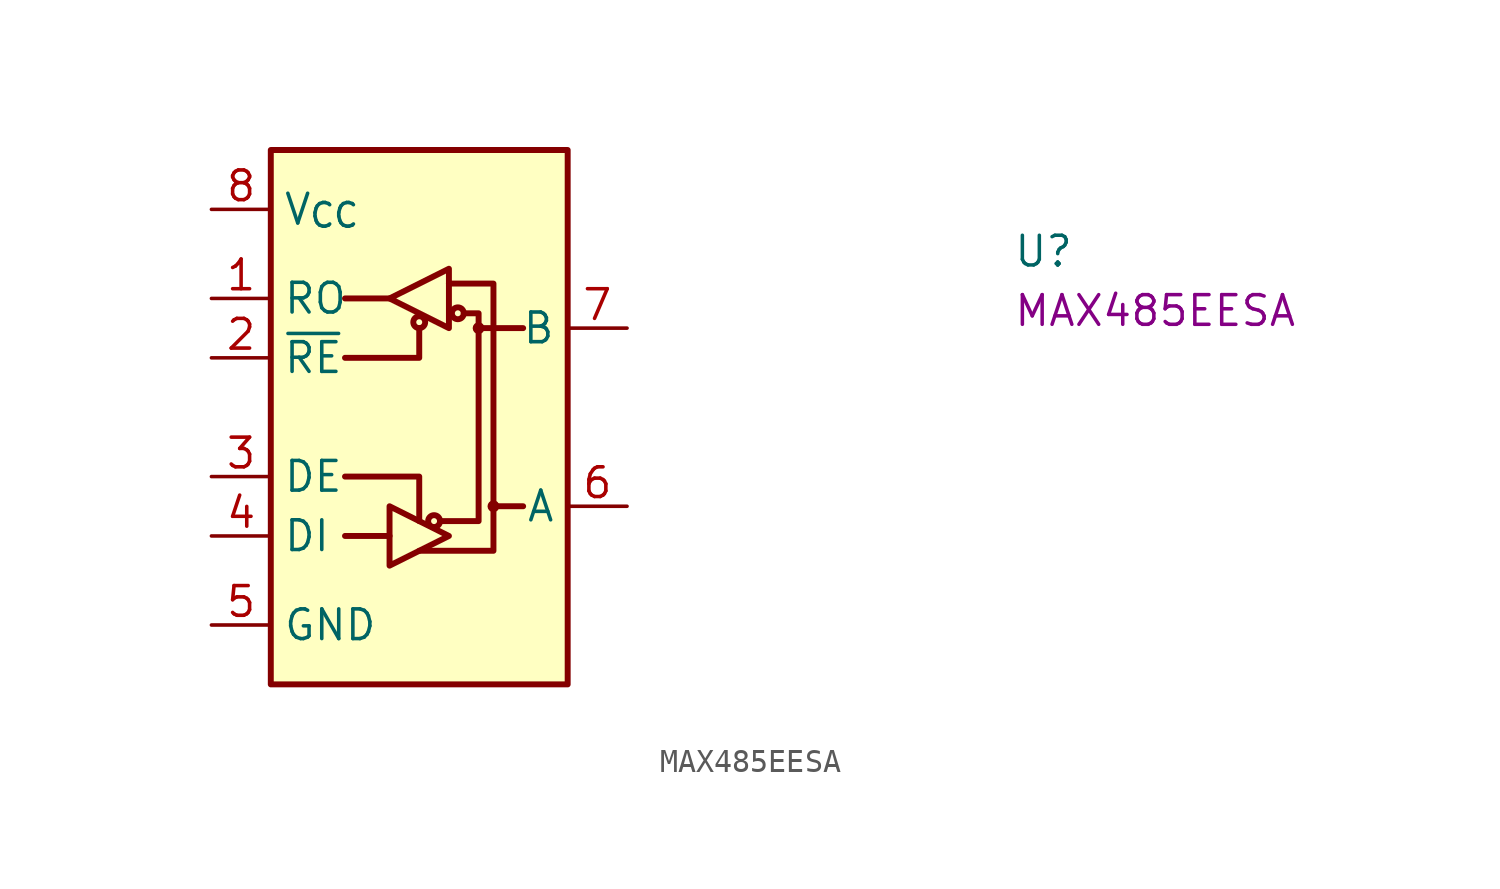
<source format=kicad_sym>
(kicad_symbol_lib
  (version 20220914)
  (generator kicad_symbol_editor)
  (symbol "MAX485EESA"
    (property "Reference" "U"
      (at 34.29 -2.54 0)
      (effects (font (size 1.27 1.27) (thickness 0.15)) (justify left bottom)))
    (property "MPN" "MAX485EESA"
      (at 34.29 -5.08 0)
      (effects (font (size 1.27 1.27) (thickness 0.15)) (justify left bottom)))
    (symbol "MAX485EESA_1_1"
      (polyline (pts (xy 5.715 -13.97) (xy 7.62 -13.97)) (stroke (width 0.254) (type default)) (fill (type background)))
      (polyline (pts (xy 5.715 -3.81) (xy 7.62 -3.81)) (stroke (width 0.254) (type default)) (fill (type none)))
      (polyline (pts (xy 13.335 -12.7) (xy 12.065 -12.7)) (stroke (width 0.254) (type default)) (fill (type none)))
      (polyline (pts (xy 13.335 -5.08) (xy 11.43 -5.08)) (stroke (width 0.254) (type default)) (fill (type none)))
      (polyline (pts (xy 5.715 -11.43) (xy 8.89 -11.43) (xy 8.89 -13.335)) (stroke (width 0.254) (type default)) (fill (type none)))
      (polyline (pts (xy 8.89 -5.08) (xy 8.89 -6.35) (xy 5.715 -6.35)) (stroke (width 0.254) (type default)) (fill (type none)))
      (polyline (pts (xy 7.62 -12.7) (xy 7.62 -15.24) (xy 10.16 -13.97) (xy 7.62 -12.7)) (stroke (width 0.254) (type default)) (fill (type background)))
      (polyline (pts (xy 7.62 -3.81) (xy 10.16 -2.54) (xy 10.16 -5.08) (xy 7.62 -3.81)) (stroke (width 0.254) (type default)) (fill (type background)))
      (polyline (pts (xy 10.16 -3.175) (xy 12.065 -3.175) (xy 12.065 -14.605) (xy 8.89 -14.605)) (stroke (width 0.254) (type default)) (fill (type none)))
      (polyline (pts (xy 10.795 -4.445) (xy 11.43 -4.445) (xy 11.43 -13.335) (xy 9.779 -13.335)) (stroke (width 0.254) (type default)) (fill (type none)))
      (rectangle (start 2.54 2.54) (end 15.24 -20.32) (stroke (width 0.254) (type default)) (fill (type background)))
      (circle (center 8.89 -4.826) (radius 0.254) (stroke (width 0.254) (type default)) (fill (type background)))
      (circle (center 9.525 -13.335) (radius 0.254) (stroke (width 0.254) (type default)) (fill (type background)))
      (rectangle (start 10.16 -3.175) (end 10.16 -3.175) (stroke (width 0.254) (type default)) (fill (type background)))
      (circle (center 10.541 -4.445) (radius 0.254) (stroke (width 0.254) (type default)) (fill (type background)))
      (circle (center 11.43 -5.08) (radius 0.127) (stroke (width 0.254) (type default)) (fill (type none)))
      (circle (center 12.065 -12.7) (radius 0.127) (stroke (width 0.254) (type default)) (fill (type none)))
      (pin output line (at 0 -3.81 0) (length 2.54) (name "RO" (effects (font (size 1.27 1.27)))) (number "1" (effects (font (size 1.27 1.27)))))
      (pin input line (at 0 -6.35 0) (length 2.54) (name "~{RE}" (effects (font (size 1.27 1.27)))) (number "2" (effects (font (size 1.27 1.27)))))
      (pin input line (at 0 -11.43 0) (length 2.54) (name "DE" (effects (font (size 1.27 1.27)))) (number "3" (effects (font (size 1.27 1.27)))))
      (pin input line (at 0 -13.97 0) (length 2.54) (name "DI" (effects (font (size 1.27 1.27)))) (number "4" (effects (font (size 1.27 1.27)))))
      (pin power_in line (at 0 -17.78 0) (length 2.54) (name "GND" (effects (font (size 1.27 1.27)))) (number "5" (effects (font (size 1.27 1.27)))))
      (pin bidirectional line (at 17.78 -12.7 180) (length 2.54) (name "A" (effects (font (size 1.27 1.27)))) (number "6" (effects (font (size 1.27 1.27)))))
      (pin bidirectional line (at 17.78 -5.08 180) (length 2.54) (name "B" (effects (font (size 1.27 1.27)))) (number "7" (effects (font (size 1.27 1.27)))))
      (pin power_in line (at 0 0 0) (length 2.54) (name "V_{CC}" (effects (font (size 1.27 1.27)))) (number "8" (effects (font (size 1.27 1.27))))))))
</source>
